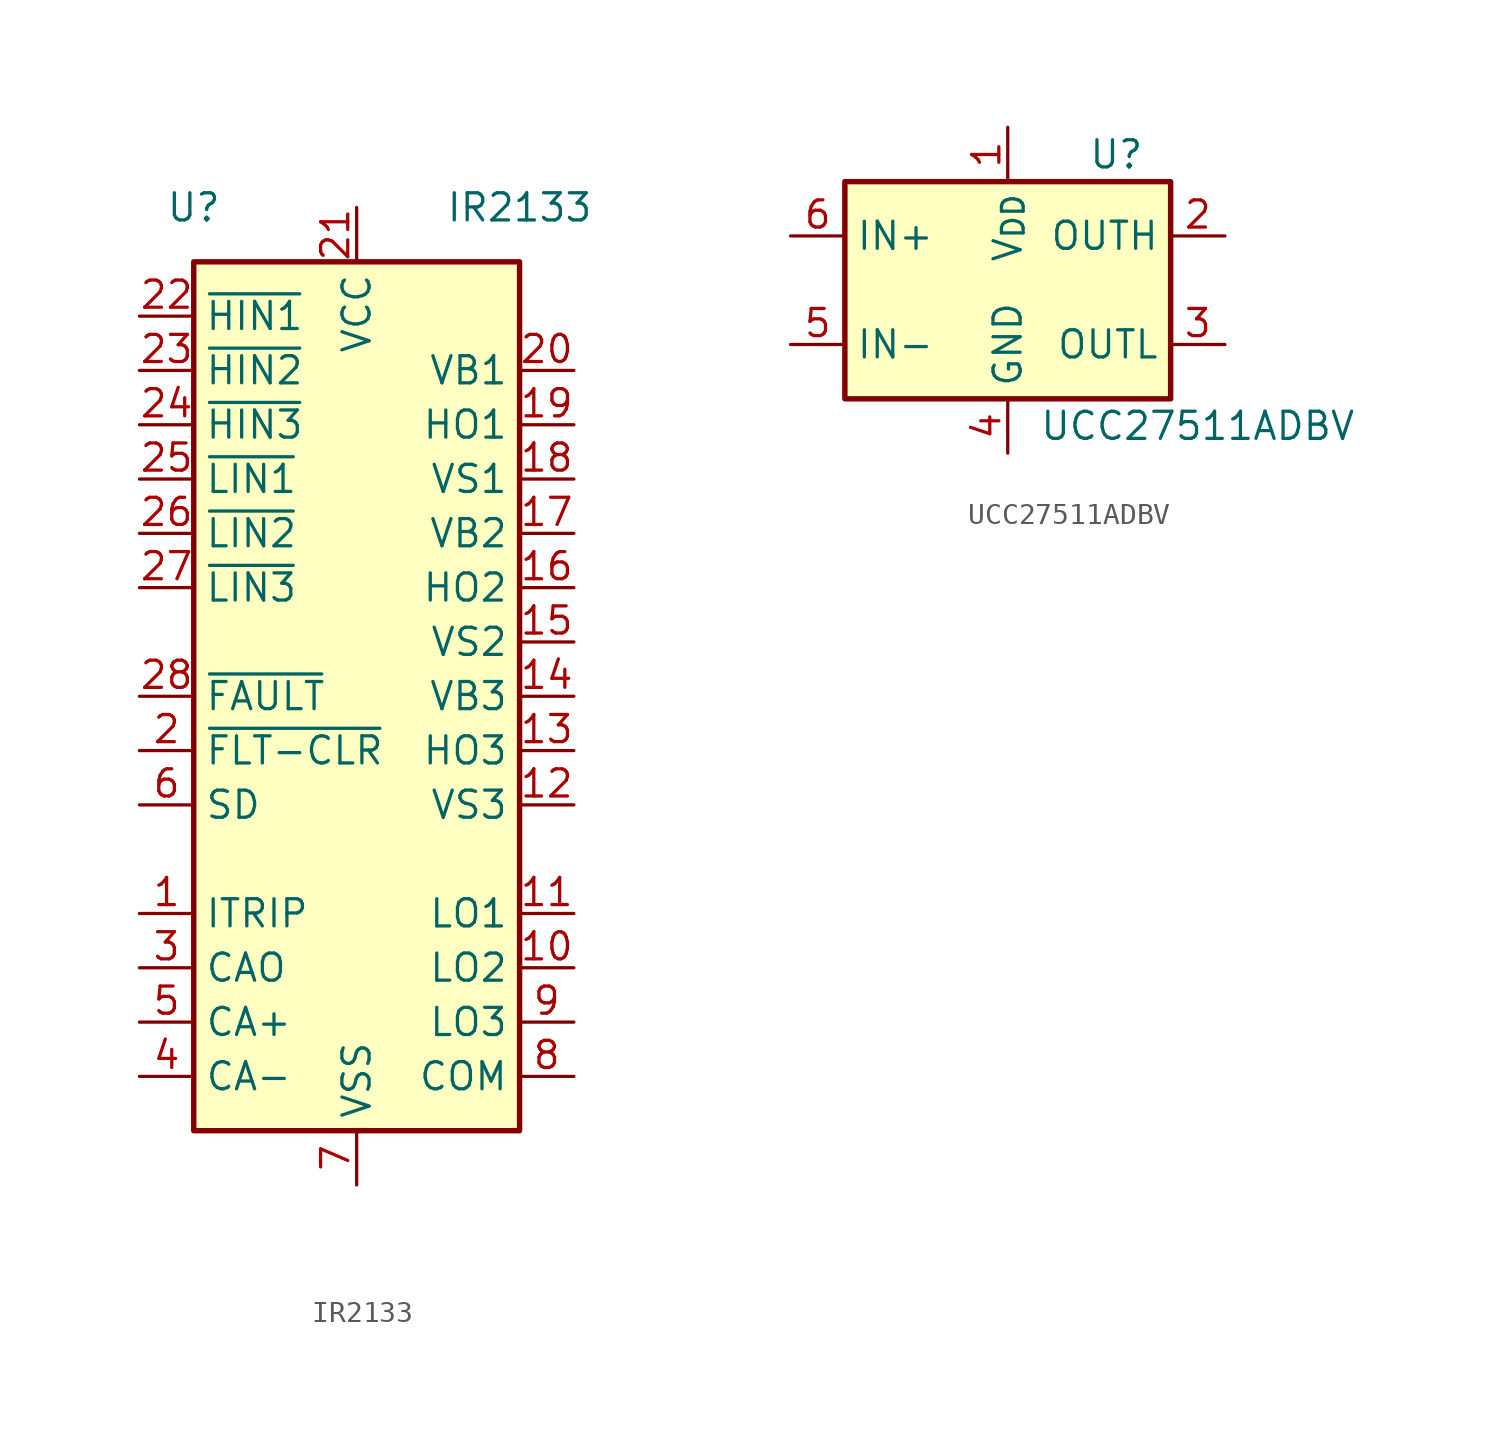
<source format=kicad_sym>
(kicad_symbol_lib
  (version 20231120)
  (generator "kicad_symbol_editor")
  (generator_version "8.0")
  (symbol "IR2133"
    (property "Reference" "U"
      (at -7.62 22.86 0)
      (effects (font (size 1.27 1.27))))
    (property "Value" "IR2133"
      (at 7.62 22.86 0)
      (effects (font (size 1.27 1.27))))
    (symbol "IR2133_0_1"
      (rectangle (start -7.62 -20.32) (end 7.62 20.32) (stroke (width 0.254) (type default)) (fill (type background))))
    (symbol "IR2133_1_1"
      (pin input line (at -10.16 -10.16 0) (length 2.54) (name "ITRIP" (effects (font (size 1.27 1.27)))) (number "1" (effects (font (size 1.27 1.27)))))
      (pin output line (at 10.16 -12.7 180) (length 2.54) (name "LO2" (effects (font (size 1.27 1.27)))) (number "10" (effects (font (size 1.27 1.27)))))
      (pin output line (at 10.16 -10.16 180) (length 2.54) (name "LO1" (effects (font (size 1.27 1.27)))) (number "11" (effects (font (size 1.27 1.27)))))
      (pin passive line (at 10.16 -5.08 180) (length 2.54) (name "VS3" (effects (font (size 1.27 1.27)))) (number "12" (effects (font (size 1.27 1.27)))))
      (pin output line (at 10.16 -2.54 180) (length 2.54) (name "HO3" (effects (font (size 1.27 1.27)))) (number "13" (effects (font (size 1.27 1.27)))))
      (pin passive line (at 10.16 0 180) (length 2.54) (name "VB3" (effects (font (size 1.27 1.27)))) (number "14" (effects (font (size 1.27 1.27)))))
      (pin passive line (at 10.16 2.54 180) (length 2.54) (name "VS2" (effects (font (size 1.27 1.27)))) (number "15" (effects (font (size 1.27 1.27)))))
      (pin output line (at 10.16 5.08 180) (length 2.54) (name "HO2" (effects (font (size 1.27 1.27)))) (number "16" (effects (font (size 1.27 1.27)))))
      (pin passive line (at 10.16 7.62 180) (length 2.54) (name "VB2" (effects (font (size 1.27 1.27)))) (number "17" (effects (font (size 1.27 1.27)))))
      (pin passive line (at 10.16 10.16 180) (length 2.54) (name "VS1" (effects (font (size 1.27 1.27)))) (number "18" (effects (font (size 1.27 1.27)))))
      (pin output line (at 10.16 12.7 180) (length 2.54) (name "HO1" (effects (font (size 1.27 1.27)))) (number "19" (effects (font (size 1.27 1.27)))))
      (pin input line (at -10.16 -2.54 0) (length 2.54) (name "~{FLT-CLR}" (effects (font (size 1.27 1.27)))) (number "2" (effects (font (size 1.27 1.27)))))
      (pin passive line (at 10.16 15.24 180) (length 2.54) (name "VB1" (effects (font (size 1.27 1.27)))) (number "20" (effects (font (size 1.27 1.27)))))
      (pin power_in line (at 0 22.86 270) (length 2.54) (name "VCC" (effects (font (size 1.27 1.27)))) (number "21" (effects (font (size 1.27 1.27)))))
      (pin input line (at -10.16 17.78 0) (length 2.54) (name "~{HIN1}" (effects (font (size 1.27 1.27)))) (number "22" (effects (font (size 1.27 1.27)))))
      (pin input line (at -10.16 15.24 0) (length 2.54) (name "~{HIN2}" (effects (font (size 1.27 1.27)))) (number "23" (effects (font (size 1.27 1.27)))))
      (pin input line (at -10.16 12.7 0) (length 2.54) (name "~{HIN3}" (effects (font (size 1.27 1.27)))) (number "24" (effects (font (size 1.27 1.27)))))
      (pin input line (at -10.16 10.16 0) (length 2.54) (name "~{LIN1}" (effects (font (size 1.27 1.27)))) (number "25" (effects (font (size 1.27 1.27)))))
      (pin input line (at -10.16 7.62 0) (length 2.54) (name "~{LIN2}" (effects (font (size 1.27 1.27)))) (number "26" (effects (font (size 1.27 1.27)))))
      (pin input line (at -10.16 5.08 0) (length 2.54) (name "~{LIN3}" (effects (font (size 1.27 1.27)))) (number "27" (effects (font (size 1.27 1.27)))))
      (pin output line (at -10.16 0 0) (length 2.54) (name "~{FAULT}" (effects (font (size 1.27 1.27)))) (number "28" (effects (font (size 1.27 1.27)))))
      (pin output line (at -10.16 -12.7 0) (length 2.54) (name "CAO" (effects (font (size 1.27 1.27)))) (number "3" (effects (font (size 1.27 1.27)))))
      (pin input line (at -10.16 -17.78 0) (length 2.54) (name "CA-" (effects (font (size 1.27 1.27)))) (number "4" (effects (font (size 1.27 1.27)))))
      (pin input line (at -10.16 -15.24 0) (length 2.54) (name "CA+" (effects (font (size 1.27 1.27)))) (number "5" (effects (font (size 1.27 1.27)))))
      (pin input line (at -10.16 -5.08 0) (length 2.54) (name "SD" (effects (font (size 1.27 1.27)))) (number "6" (effects (font (size 1.27 1.27)))))
      (pin power_in line (at 0 -22.86 90) (length 2.54) (name "VSS" (effects (font (size 1.27 1.27)))) (number "7" (effects (font (size 1.27 1.27)))))
      (pin passive line (at 10.16 -17.78 180) (length 2.54) (name "COM" (effects (font (size 1.27 1.27)))) (number "8" (effects (font (size 1.27 1.27)))))
      (pin output line (at 10.16 -15.24 180) (length 2.54) (name "LO3" (effects (font (size 1.27 1.27)))) (number "9" (effects (font (size 1.27 1.27)))))))
  (symbol "UCC27511ADBV"
    (property "Reference" "U"
      (at 5.08 6.35 0)
      (effects (font (size 1.27 1.27))))
    (property "Value" "UCC27511ADBV"
      (at 8.89 -6.35 0)
      (effects (font (size 1.27 1.27))))
    (symbol "UCC27511ADBV_0_1"
      (rectangle (start -7.62 5.08) (end 7.62 -5.08) (stroke (width 0.254) (type default)) (fill (type background))))
    (symbol "UCC27511ADBV_1_1"
      (pin power_in line (at 0 7.62 270) (length 2.54) (name "V_{DD}" (effects (font (size 1.27 1.27)))) (number "1" (effects (font (size 1.27 1.27)))))
      (pin output line (at 10.16 2.54 180) (length 2.54) (name "OUTH" (effects (font (size 1.27 1.27)))) (number "2" (effects (font (size 1.27 1.27)))))
      (pin output line (at 10.16 -2.54 180) (length 2.54) (name "OUTL" (effects (font (size 1.27 1.27)))) (number "3" (effects (font (size 1.27 1.27)))))
      (pin power_in line (at 0 -7.62 90) (length 2.54) (name "GND" (effects (font (size 1.27 1.27)))) (number "4" (effects (font (size 1.27 1.27)))))
      (pin input line (at -10.16 -2.54 0) (length 2.54) (name "IN-" (effects (font (size 1.27 1.27)))) (number "5" (effects (font (size 1.27 1.27)))))
      (pin input line (at -10.16 2.54 0) (length 2.54) (name "IN+" (effects (font (size 1.27 1.27)))) (number "6" (effects (font (size 1.27 1.27))))))))
</source>
